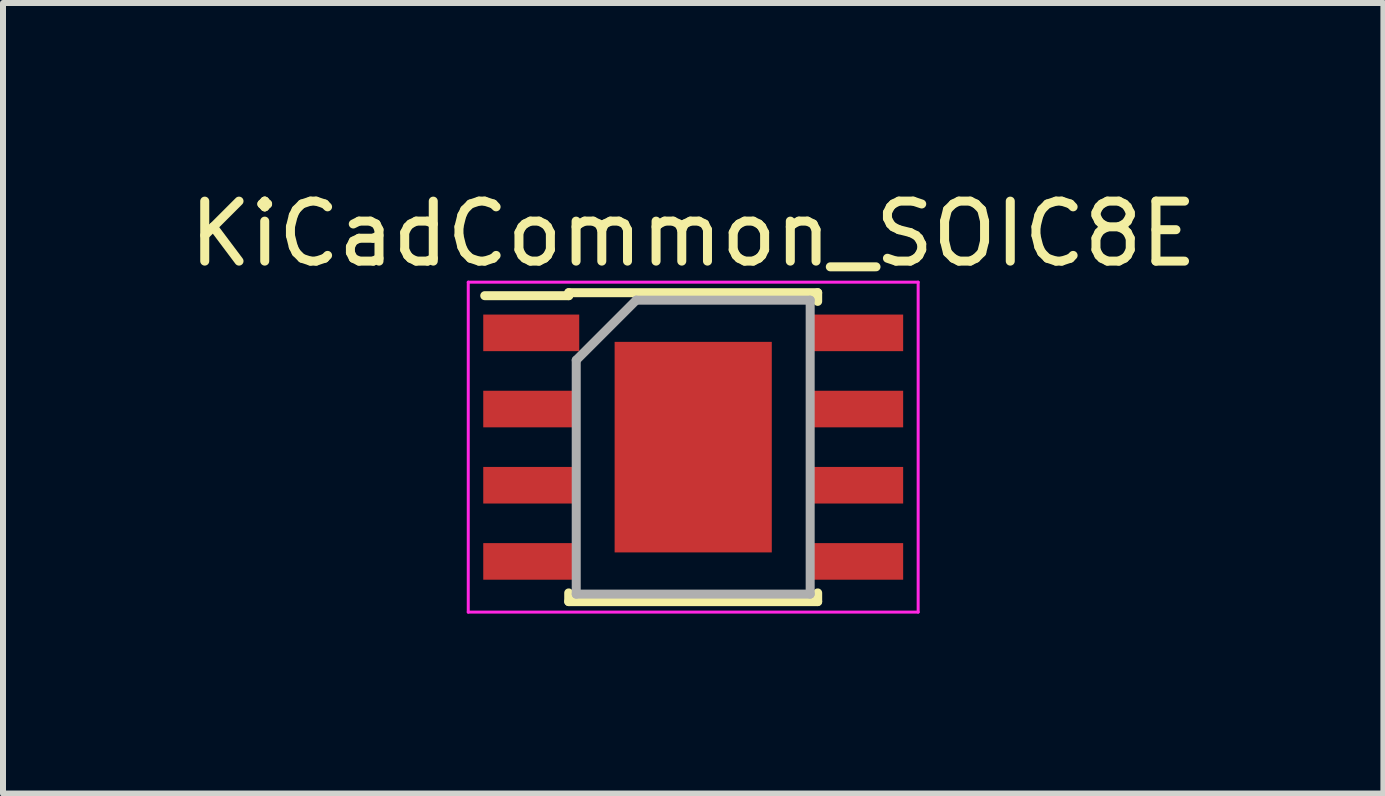
<source format=kicad_pcb>
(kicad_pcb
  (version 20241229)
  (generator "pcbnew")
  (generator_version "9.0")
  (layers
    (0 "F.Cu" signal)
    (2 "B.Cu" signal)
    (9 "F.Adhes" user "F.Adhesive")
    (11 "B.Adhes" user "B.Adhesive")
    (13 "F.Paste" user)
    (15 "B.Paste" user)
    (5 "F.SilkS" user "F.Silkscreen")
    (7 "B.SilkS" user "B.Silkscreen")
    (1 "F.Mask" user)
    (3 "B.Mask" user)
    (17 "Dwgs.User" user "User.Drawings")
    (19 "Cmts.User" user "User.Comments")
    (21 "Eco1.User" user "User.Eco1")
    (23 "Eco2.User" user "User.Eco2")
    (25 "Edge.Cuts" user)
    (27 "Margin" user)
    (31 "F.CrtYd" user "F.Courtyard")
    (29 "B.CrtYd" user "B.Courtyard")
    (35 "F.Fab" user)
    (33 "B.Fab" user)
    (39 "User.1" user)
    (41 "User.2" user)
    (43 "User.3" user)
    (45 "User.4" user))
  (footprint "KiCadCommon_SOIC8E"
    (layer "F.Cu")
    (at 8.506 4.404)
    (property "Reference" "KiCadCommon_SOIC8E" (at 0 -3.556 0) (layer "F.SilkS") (effects (font (size 1 1) (thickness 0.15))))
    (attr through_hole)
    (fp_line (start -2.075 -2.575) (end -2.075 -2.525) (stroke (width 0.15) (type solid)) (layer "F.SilkS"))
    (fp_line (start -2.075 -2.575) (end 2.075 -2.575) (stroke (width 0.15) (type solid)) (layer "F.SilkS"))
    (fp_line (start -2.075 -2.525) (end -3.475 -2.525) (stroke (width 0.15) (type solid)) (layer "F.SilkS"))
    (fp_line (start -2.075 2.575) (end -2.075 2.43) (stroke (width 0.15) (type solid)) (layer "F.SilkS"))
    (fp_line (start -2.075 2.575) (end 2.075 2.575) (stroke (width 0.15) (type solid)) (layer "F.SilkS"))
    (fp_line (start 2.075 -2.575) (end 2.075 -2.43) (stroke (width 0.15) (type solid)) (layer "F.SilkS"))
    (fp_line (start 2.075 2.575) (end 2.075 2.43) (stroke (width 0.15) (type solid)) (layer "F.SilkS"))
    (fp_line (start -3.75 -2.75) (end -3.75 2.75) (stroke (width 0.05) (type solid)) (layer "F.CrtYd"))
    (fp_line (start -3.75 -2.75) (end 3.75 -2.75) (stroke (width 0.05) (type solid)) (layer "F.CrtYd"))
    (fp_line (start -3.75 2.75) (end 3.75 2.75) (stroke (width 0.05) (type solid)) (layer "F.CrtYd"))
    (fp_line (start 3.75 -2.75) (end 3.75 2.75) (stroke (width 0.05) (type solid)) (layer "F.CrtYd"))
    (fp_line (start -1.95 -1.45) (end -0.95 -2.45) (stroke (width 0.15) (type solid)) (layer "F.Fab"))
    (fp_line (start -1.95 2.45) (end -1.95 -1.45) (stroke (width 0.15) (type solid)) (layer "F.Fab"))
    (fp_line (start -0.95 -2.45) (end 1.95 -2.45) (stroke (width 0.15) (type solid)) (layer "F.Fab"))
    (fp_line (start 1.95 -2.45) (end 1.95 2.45) (stroke (width 0.15) (type solid)) (layer "F.Fab"))
    (fp_line (start 1.95 2.45) (end -1.95 2.45) (stroke (width 0.15) (type solid)) (layer "F.Fab"))
    (pad "" smd rect (at -0.588 -0.588) (size 0.95 0.95) (layers "F.Paste"))
    (pad "" smd rect (at -0.588 0.588) (size 0.95 0.95) (layers "F.Paste"))
    (pad "" smd rect (at 0.588 -0.588) (size 0.95 0.95) (layers "F.Paste"))
    (pad "" smd rect (at 0.588 0.588) (size 0.95 0.95) (layers "F.Paste"))
    (pad "1" smd rect (at -2.7 -1.905) (size 1.6 0.61) (layers "F.Cu" "F.Mask" "F.Paste"))
    (pad "2" smd rect (at -2.7 -0.635) (size 1.6 0.61) (layers "F.Cu" "F.Mask" "F.Paste"))
    (pad "3" smd rect (at -2.7 0.635) (size 1.6 0.61) (layers "F.Cu" "F.Mask" "F.Paste"))
    (pad "4" smd rect (at -2.7 1.905) (size 1.6 0.61) (layers "F.Cu" "F.Mask" "F.Paste"))
    (pad "5" smd rect (at 2.7 1.905) (size 1.6 0.61) (layers "F.Cu" "F.Mask" "F.Paste"))
    (pad "6" smd rect (at 2.7 0.635) (size 1.6 0.61) (layers "F.Cu" "F.Mask" "F.Paste"))
    (pad "7" smd rect (at 2.7 -0.635) (size 1.6 0.61) (layers "F.Cu" "F.Mask" "F.Paste"))
    (pad "8" smd rect (at 2.7 -1.905) (size 1.6 0.61) (layers "F.Cu" "F.Mask" "F.Paste"))
    (pad "9" smd rect (at 0 0) (size 2.62 3.51) (layers "F.Cu" "F.Mask")))
  (gr_rect
    (start -3 -3)
    (end 20.012 10.179)
    (stroke (width 0.1) (type default))
    (fill no)
    (layer "Edge.Cuts")))
</source>
